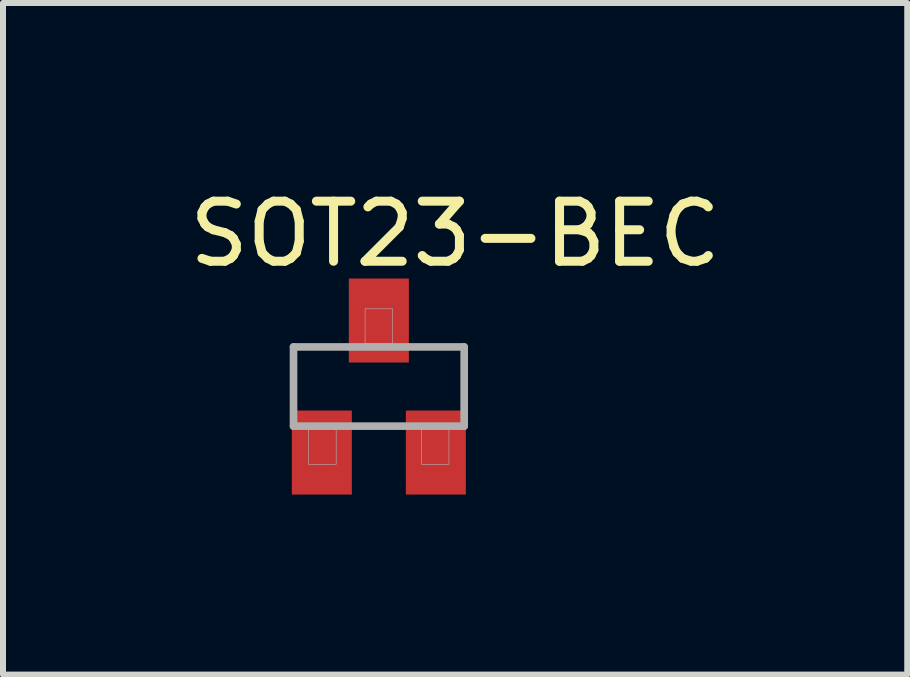
<source format=kicad_pcb>
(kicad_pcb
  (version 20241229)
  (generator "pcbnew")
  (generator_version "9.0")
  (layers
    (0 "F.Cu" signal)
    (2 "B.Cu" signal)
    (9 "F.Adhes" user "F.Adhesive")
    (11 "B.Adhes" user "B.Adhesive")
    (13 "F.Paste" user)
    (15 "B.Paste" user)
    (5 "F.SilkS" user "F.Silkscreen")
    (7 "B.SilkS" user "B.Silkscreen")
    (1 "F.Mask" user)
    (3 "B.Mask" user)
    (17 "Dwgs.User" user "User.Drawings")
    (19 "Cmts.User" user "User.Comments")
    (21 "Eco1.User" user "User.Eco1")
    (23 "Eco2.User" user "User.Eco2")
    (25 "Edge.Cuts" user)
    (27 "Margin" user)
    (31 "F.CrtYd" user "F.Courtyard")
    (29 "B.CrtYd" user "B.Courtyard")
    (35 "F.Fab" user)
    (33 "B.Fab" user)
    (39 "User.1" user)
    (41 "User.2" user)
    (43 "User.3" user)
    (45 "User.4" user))
  (footprint "SOT23-BEC"
    (layer "F.Cu")
    (at 3.263 3.391)
    (property "Reference" "SOT23-BEC" (at 1.271 -2.543 0) (layer "F.SilkS") (effects (font (size 1.001 1.001) (thickness 0.15))))
    (attr through_hole)
    (fp_line (start -1.422 -0.66) (end 1.422 -0.66) (stroke (width 0.127) (type solid)) (layer "F.Fab"))
    (fp_line (start -1.422 0.66) (end -1.422 -0.66) (stroke (width 0.127) (type solid)) (layer "F.Fab"))
    (fp_line (start 1.422 -0.66) (end 1.422 0.66) (stroke (width 0.127) (type solid)) (layer "F.Fab"))
    (fp_line (start 1.422 0.66) (end -1.422 0.66) (stroke (width 0.127) (type solid)) (layer "F.Fab"))
    (fp_poly (pts (xy -1.17 0.711) (xy -0.711 0.711) (xy -0.711 1.297) (xy -1.17 1.297)) (stroke (width 0.01) (type solid)) (fill no) (layer "F.Fab"))
    (fp_poly (pts (xy -0.229 -1.295) (xy 0.229 -1.295) (xy 0.229 -0.711) (xy -0.229 -0.711)) (stroke (width 0.01) (type solid)) (fill no) (layer "F.Fab"))
    (fp_poly (pts (xy 0.711 0.711) (xy 1.168 0.711) (xy 1.168 1.296) (xy 0.711 1.296)) (stroke (width 0.01) (type solid)) (fill no) (layer "F.Fab"))
    (pad "B" smd rect (at -0.95 1.1) (size 1 1.4) (layers "F.Cu" "F.Mask" "F.Paste"))
    (pad "C" smd rect (at 0 -1.1) (size 1 1.4) (layers "F.Cu" "F.Mask" "F.Paste"))
    (pad "E" smd rect (at 0.95 1.1) (size 1 1.4) (layers "F.Cu" "F.Mask" "F.Paste")))
  (gr_rect
    (start -3 -3)
    (end 12.068 8.191)
    (stroke (width 0.1) (type default))
    (fill no)
    (layer "Edge.Cuts")))
</source>
